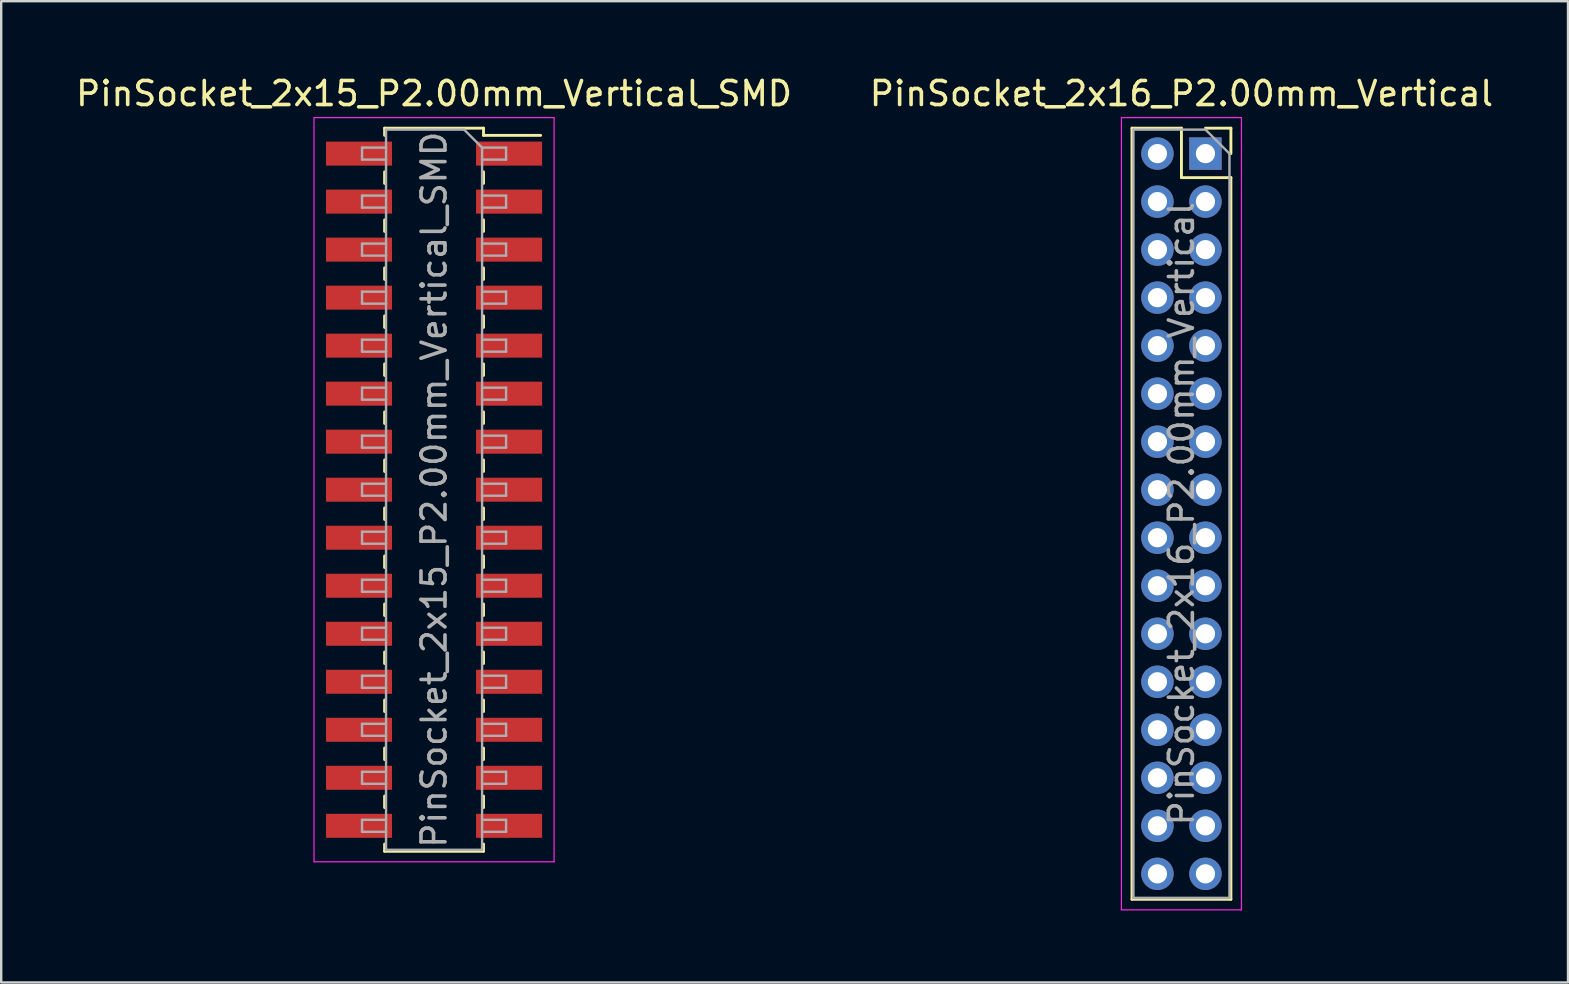
<source format=kicad_pcb>
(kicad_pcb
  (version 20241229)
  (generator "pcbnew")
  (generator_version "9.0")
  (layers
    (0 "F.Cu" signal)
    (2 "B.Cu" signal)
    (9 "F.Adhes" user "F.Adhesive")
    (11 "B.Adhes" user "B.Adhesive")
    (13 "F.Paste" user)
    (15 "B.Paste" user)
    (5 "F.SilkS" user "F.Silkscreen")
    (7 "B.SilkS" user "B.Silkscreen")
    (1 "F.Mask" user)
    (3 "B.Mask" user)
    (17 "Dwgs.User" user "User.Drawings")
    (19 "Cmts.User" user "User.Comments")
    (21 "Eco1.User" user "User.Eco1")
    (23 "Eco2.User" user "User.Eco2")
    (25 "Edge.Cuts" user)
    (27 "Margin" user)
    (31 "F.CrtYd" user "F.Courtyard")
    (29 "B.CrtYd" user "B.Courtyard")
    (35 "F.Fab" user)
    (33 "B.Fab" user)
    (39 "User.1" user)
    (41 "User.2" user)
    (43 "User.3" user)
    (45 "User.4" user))
  (footprint "PinSocket_2x15_P2.00mm_Vertical_SMD"
    (layer "F.Cu")
    (at 15.03 17.348)
    (property "Reference" "PinSocket_2x15_P2.00mm_Vertical_SMD" (at 0 -16.5 0) (layer "F.SilkS") (effects (font (size 1 1) (thickness 0.15))))
    (attr smd)
    (fp_line (start -2.06 -15.06) (end -2.06 -14.76) (stroke (width 0.12) (type solid)) (layer "F.SilkS"))
    (fp_line (start -2.06 -15.06) (end 2.06 -15.06) (stroke (width 0.12) (type solid)) (layer "F.SilkS"))
    (fp_line (start -2.06 -13.24) (end -2.06 -12.76) (stroke (width 0.12) (type solid)) (layer "F.SilkS"))
    (fp_line (start -2.06 -11.24) (end -2.06 -10.76) (stroke (width 0.12) (type solid)) (layer "F.SilkS"))
    (fp_line (start -2.06 -9.24) (end -2.06 -8.76) (stroke (width 0.12) (type solid)) (layer "F.SilkS"))
    (fp_line (start -2.06 -7.24) (end -2.06 -6.76) (stroke (width 0.12) (type solid)) (layer "F.SilkS"))
    (fp_line (start -2.06 -5.24) (end -2.06 -4.76) (stroke (width 0.12) (type solid)) (layer "F.SilkS"))
    (fp_line (start -2.06 -3.24) (end -2.06 -2.76) (stroke (width 0.12) (type solid)) (layer "F.SilkS"))
    (fp_line (start -2.06 -1.24) (end -2.06 -0.76) (stroke (width 0.12) (type solid)) (layer "F.SilkS"))
    (fp_line (start -2.06 0.76) (end -2.06 1.24) (stroke (width 0.12) (type solid)) (layer "F.SilkS"))
    (fp_line (start -2.06 2.76) (end -2.06 3.24) (stroke (width 0.12) (type solid)) (layer "F.SilkS"))
    (fp_line (start -2.06 4.76) (end -2.06 5.24) (stroke (width 0.12) (type solid)) (layer "F.SilkS"))
    (fp_line (start -2.06 6.76) (end -2.06 7.24) (stroke (width 0.12) (type solid)) (layer "F.SilkS"))
    (fp_line (start -2.06 8.76) (end -2.06 9.24) (stroke (width 0.12) (type solid)) (layer "F.SilkS"))
    (fp_line (start -2.06 10.76) (end -2.06 11.24) (stroke (width 0.12) (type solid)) (layer "F.SilkS"))
    (fp_line (start -2.06 12.76) (end -2.06 13.24) (stroke (width 0.12) (type solid)) (layer "F.SilkS"))
    (fp_line (start -2.06 14.76) (end -2.06 15.06) (stroke (width 0.12) (type solid)) (layer "F.SilkS"))
    (fp_line (start -2.06 15.06) (end 2.06 15.06) (stroke (width 0.12) (type solid)) (layer "F.SilkS"))
    (fp_line (start 2.06 -15.06) (end 2.06 -14.76) (stroke (width 0.12) (type solid)) (layer "F.SilkS"))
    (fp_line (start 2.06 -14.76) (end 4.44 -14.76) (stroke (width 0.12) (type solid)) (layer "F.SilkS"))
    (fp_line (start 2.06 -13.24) (end 2.06 -12.76) (stroke (width 0.12) (type solid)) (layer "F.SilkS"))
    (fp_line (start 2.06 -11.24) (end 2.06 -10.76) (stroke (width 0.12) (type solid)) (layer "F.SilkS"))
    (fp_line (start 2.06 -9.24) (end 2.06 -8.76) (stroke (width 0.12) (type solid)) (layer "F.SilkS"))
    (fp_line (start 2.06 -7.24) (end 2.06 -6.76) (stroke (width 0.12) (type solid)) (layer "F.SilkS"))
    (fp_line (start 2.06 -5.24) (end 2.06 -4.76) (stroke (width 0.12) (type solid)) (layer "F.SilkS"))
    (fp_line (start 2.06 -3.24) (end 2.06 -2.76) (stroke (width 0.12) (type solid)) (layer "F.SilkS"))
    (fp_line (start 2.06 -1.24) (end 2.06 -0.76) (stroke (width 0.12) (type solid)) (layer "F.SilkS"))
    (fp_line (start 2.06 0.76) (end 2.06 1.24) (stroke (width 0.12) (type solid)) (layer "F.SilkS"))
    (fp_line (start 2.06 2.76) (end 2.06 3.24) (stroke (width 0.12) (type solid)) (layer "F.SilkS"))
    (fp_line (start 2.06 4.76) (end 2.06 5.24) (stroke (width 0.12) (type solid)) (layer "F.SilkS"))
    (fp_line (start 2.06 6.76) (end 2.06 7.24) (stroke (width 0.12) (type solid)) (layer "F.SilkS"))
    (fp_line (start 2.06 8.76) (end 2.06 9.24) (stroke (width 0.12) (type solid)) (layer "F.SilkS"))
    (fp_line (start 2.06 10.76) (end 2.06 11.24) (stroke (width 0.12) (type solid)) (layer "F.SilkS"))
    (fp_line (start 2.06 12.76) (end 2.06 13.24) (stroke (width 0.12) (type solid)) (layer "F.SilkS"))
    (fp_line (start 2.06 14.76) (end 2.06 15.06) (stroke (width 0.12) (type solid)) (layer "F.SilkS"))
    (fp_line (start -5 -15.5) (end 5 -15.5) (stroke (width 0.05) (type solid)) (layer "F.CrtYd"))
    (fp_line (start -5 15.5) (end -5 -15.5) (stroke (width 0.05) (type solid)) (layer "F.CrtYd"))
    (fp_line (start 5 -15.5) (end 5 15.5) (stroke (width 0.05) (type solid)) (layer "F.CrtYd"))
    (fp_line (start 5 15.5) (end -5 15.5) (stroke (width 0.05) (type solid)) (layer "F.CrtYd"))
    (fp_line (start -3 -14.25) (end -2 -14.25) (stroke (width 0.1) (type solid)) (layer "F.Fab"))
    (fp_line (start -3 -13.75) (end -3 -14.25) (stroke (width 0.1) (type solid)) (layer "F.Fab"))
    (fp_line (start -3 -12.25) (end -2 -12.25) (stroke (width 0.1) (type solid)) (layer "F.Fab"))
    (fp_line (start -3 -11.75) (end -3 -12.25) (stroke (width 0.1) (type solid)) (layer "F.Fab"))
    (fp_line (start -3 -10.25) (end -2 -10.25) (stroke (width 0.1) (type solid)) (layer "F.Fab"))
    (fp_line (start -3 -9.75) (end -3 -10.25) (stroke (width 0.1) (type solid)) (layer "F.Fab"))
    (fp_line (start -3 -8.25) (end -2 -8.25) (stroke (width 0.1) (type solid)) (layer "F.Fab"))
    (fp_line (start -3 -7.75) (end -3 -8.25) (stroke (width 0.1) (type solid)) (layer "F.Fab"))
    (fp_line (start -3 -6.25) (end -2 -6.25) (stroke (width 0.1) (type solid)) (layer "F.Fab"))
    (fp_line (start -3 -5.75) (end -3 -6.25) (stroke (width 0.1) (type solid)) (layer "F.Fab"))
    (fp_line (start -3 -4.25) (end -2 -4.25) (stroke (width 0.1) (type solid)) (layer "F.Fab"))
    (fp_line (start -3 -3.75) (end -3 -4.25) (stroke (width 0.1) (type solid)) (layer "F.Fab"))
    (fp_line (start -3 -2.25) (end -2 -2.25) (stroke (width 0.1) (type solid)) (layer "F.Fab"))
    (fp_line (start -3 -1.75) (end -3 -2.25) (stroke (width 0.1) (type solid)) (layer "F.Fab"))
    (fp_line (start -3 -0.25) (end -2 -0.25) (stroke (width 0.1) (type solid)) (layer "F.Fab"))
    (fp_line (start -3 0.25) (end -3 -0.25) (stroke (width 0.1) (type solid)) (layer "F.Fab"))
    (fp_line (start -3 1.75) (end -2 1.75) (stroke (width 0.1) (type solid)) (layer "F.Fab"))
    (fp_line (start -3 2.25) (end -3 1.75) (stroke (width 0.1) (type solid)) (layer "F.Fab"))
    (fp_line (start -3 3.75) (end -2 3.75) (stroke (width 0.1) (type solid)) (layer "F.Fab"))
    (fp_line (start -3 4.25) (end -3 3.75) (stroke (width 0.1) (type solid)) (layer "F.Fab"))
    (fp_line (start -3 5.75) (end -2 5.75) (stroke (width 0.1) (type solid)) (layer "F.Fab"))
    (fp_line (start -3 6.25) (end -3 5.75) (stroke (width 0.1) (type solid)) (layer "F.Fab"))
    (fp_line (start -3 7.75) (end -2 7.75) (stroke (width 0.1) (type solid)) (layer "F.Fab"))
    (fp_line (start -3 8.25) (end -3 7.75) (stroke (width 0.1) (type solid)) (layer "F.Fab"))
    (fp_line (start -3 9.75) (end -2 9.75) (stroke (width 0.1) (type solid)) (layer "F.Fab"))
    (fp_line (start -3 10.25) (end -3 9.75) (stroke (width 0.1) (type solid)) (layer "F.Fab"))
    (fp_line (start -3 11.75) (end -2 11.75) (stroke (width 0.1) (type solid)) (layer "F.Fab"))
    (fp_line (start -3 12.25) (end -3 11.75) (stroke (width 0.1) (type solid)) (layer "F.Fab"))
    (fp_line (start -3 13.75) (end -2 13.75) (stroke (width 0.1) (type solid)) (layer "F.Fab"))
    (fp_line (start -3 14.25) (end -3 13.75) (stroke (width 0.1) (type solid)) (layer "F.Fab"))
    (fp_line (start -2 -15) (end 1.25 -15) (stroke (width 0.1) (type solid)) (layer "F.Fab"))
    (fp_line (start -2 -13.75) (end -3 -13.75) (stroke (width 0.1) (type solid)) (layer "F.Fab"))
    (fp_line (start -2 -11.75) (end -3 -11.75) (stroke (width 0.1) (type solid)) (layer "F.Fab"))
    (fp_line (start -2 -9.75) (end -3 -9.75) (stroke (width 0.1) (type solid)) (layer "F.Fab"))
    (fp_line (start -2 -7.75) (end -3 -7.75) (stroke (width 0.1) (type solid)) (layer "F.Fab"))
    (fp_line (start -2 -5.75) (end -3 -5.75) (stroke (width 0.1) (type solid)) (layer "F.Fab"))
    (fp_line (start -2 -3.75) (end -3 -3.75) (stroke (width 0.1) (type solid)) (layer "F.Fab"))
    (fp_line (start -2 -1.75) (end -3 -1.75) (stroke (width 0.1) (type solid)) (layer "F.Fab"))
    (fp_line (start -2 0.25) (end -3 0.25) (stroke (width 0.1) (type solid)) (layer "F.Fab"))
    (fp_line (start -2 2.25) (end -3 2.25) (stroke (width 0.1) (type solid)) (layer "F.Fab"))
    (fp_line (start -2 4.25) (end -3 4.25) (stroke (width 0.1) (type solid)) (layer "F.Fab"))
    (fp_line (start -2 6.25) (end -3 6.25) (stroke (width 0.1) (type solid)) (layer "F.Fab"))
    (fp_line (start -2 8.25) (end -3 8.25) (stroke (width 0.1) (type solid)) (layer "F.Fab"))
    (fp_line (start -2 10.25) (end -3 10.25) (stroke (width 0.1) (type solid)) (layer "F.Fab"))
    (fp_line (start -2 12.25) (end -3 12.25) (stroke (width 0.1) (type solid)) (layer "F.Fab"))
    (fp_line (start -2 14.25) (end -3 14.25) (stroke (width 0.1) (type solid)) (layer "F.Fab"))
    (fp_line (start -2 15) (end -2 -15) (stroke (width 0.1) (type solid)) (layer "F.Fab"))
    (fp_line (start 1.25 -15) (end 2 -14.25) (stroke (width 0.1) (type solid)) (layer "F.Fab"))
    (fp_line (start 2 -14.25) (end 2 15) (stroke (width 0.1) (type solid)) (layer "F.Fab"))
    (fp_line (start 2 -14.25) (end 3 -14.25) (stroke (width 0.1) (type solid)) (layer "F.Fab"))
    (fp_line (start 2 -12.25) (end 3 -12.25) (stroke (width 0.1) (type solid)) (layer "F.Fab"))
    (fp_line (start 2 -10.25) (end 3 -10.25) (stroke (width 0.1) (type solid)) (layer "F.Fab"))
    (fp_line (start 2 -8.25) (end 3 -8.25) (stroke (width 0.1) (type solid)) (layer "F.Fab"))
    (fp_line (start 2 -6.25) (end 3 -6.25) (stroke (width 0.1) (type solid)) (layer "F.Fab"))
    (fp_line (start 2 -4.25) (end 3 -4.25) (stroke (width 0.1) (type solid)) (layer "F.Fab"))
    (fp_line (start 2 -2.25) (end 3 -2.25) (stroke (width 0.1) (type solid)) (layer "F.Fab"))
    (fp_line (start 2 -0.25) (end 3 -0.25) (stroke (width 0.1) (type solid)) (layer "F.Fab"))
    (fp_line (start 2 1.75) (end 3 1.75) (stroke (width 0.1) (type solid)) (layer "F.Fab"))
    (fp_line (start 2 3.75) (end 3 3.75) (stroke (width 0.1) (type solid)) (layer "F.Fab"))
    (fp_line (start 2 5.75) (end 3 5.75) (stroke (width 0.1) (type solid)) (layer "F.Fab"))
    (fp_line (start 2 7.75) (end 3 7.75) (stroke (width 0.1) (type solid)) (layer "F.Fab"))
    (fp_line (start 2 9.75) (end 3 9.75) (stroke (width 0.1) (type solid)) (layer "F.Fab"))
    (fp_line (start 2 11.75) (end 3 11.75) (stroke (width 0.1) (type solid)) (layer "F.Fab"))
    (fp_line (start 2 13.75) (end 3 13.75) (stroke (width 0.1) (type solid)) (layer "F.Fab"))
    (fp_line (start 2 15) (end -2 15) (stroke (width 0.1) (type solid)) (layer "F.Fab"))
    (fp_line (start 3 -14.25) (end 3 -13.75) (stroke (width 0.1) (type solid)) (layer "F.Fab"))
    (fp_line (start 3 -13.75) (end 2 -13.75) (stroke (width 0.1) (type solid)) (layer "F.Fab"))
    (fp_line (start 3 -12.25) (end 3 -11.75) (stroke (width 0.1) (type solid)) (layer "F.Fab"))
    (fp_line (start 3 -11.75) (end 2 -11.75) (stroke (width 0.1) (type solid)) (layer "F.Fab"))
    (fp_line (start 3 -10.25) (end 3 -9.75) (stroke (width 0.1) (type solid)) (layer "F.Fab"))
    (fp_line (start 3 -9.75) (end 2 -9.75) (stroke (width 0.1) (type solid)) (layer "F.Fab"))
    (fp_line (start 3 -8.25) (end 3 -7.75) (stroke (width 0.1) (type solid)) (layer "F.Fab"))
    (fp_line (start 3 -7.75) (end 2 -7.75) (stroke (width 0.1) (type solid)) (layer "F.Fab"))
    (fp_line (start 3 -6.25) (end 3 -5.75) (stroke (width 0.1) (type solid)) (layer "F.Fab"))
    (fp_line (start 3 -5.75) (end 2 -5.75) (stroke (width 0.1) (type solid)) (layer "F.Fab"))
    (fp_line (start 3 -4.25) (end 3 -3.75) (stroke (width 0.1) (type solid)) (layer "F.Fab"))
    (fp_line (start 3 -3.75) (end 2 -3.75) (stroke (width 0.1) (type solid)) (layer "F.Fab"))
    (fp_line (start 3 -2.25) (end 3 -1.75) (stroke (width 0.1) (type solid)) (layer "F.Fab"))
    (fp_line (start 3 -1.75) (end 2 -1.75) (stroke (width 0.1) (type solid)) (layer "F.Fab"))
    (fp_line (start 3 -0.25) (end 3 0.25) (stroke (width 0.1) (type solid)) (layer "F.Fab"))
    (fp_line (start 3 0.25) (end 2 0.25) (stroke (width 0.1) (type solid)) (layer "F.Fab"))
    (fp_line (start 3 1.75) (end 3 2.25) (stroke (width 0.1) (type solid)) (layer "F.Fab"))
    (fp_line (start 3 2.25) (end 2 2.25) (stroke (width 0.1) (type solid)) (layer "F.Fab"))
    (fp_line (start 3 3.75) (end 3 4.25) (stroke (width 0.1) (type solid)) (layer "F.Fab"))
    (fp_line (start 3 4.25) (end 2 4.25) (stroke (width 0.1) (type solid)) (layer "F.Fab"))
    (fp_line (start 3 5.75) (end 3 6.25) (stroke (width 0.1) (type solid)) (layer "F.Fab"))
    (fp_line (start 3 6.25) (end 2 6.25) (stroke (width 0.1) (type solid)) (layer "F.Fab"))
    (fp_line (start 3 7.75) (end 3 8.25) (stroke (width 0.1) (type solid)) (layer "F.Fab"))
    (fp_line (start 3 8.25) (end 2 8.25) (stroke (width 0.1) (type solid)) (layer "F.Fab"))
    (fp_line (start 3 9.75) (end 3 10.25) (stroke (width 0.1) (type solid)) (layer "F.Fab"))
    (fp_line (start 3 10.25) (end 2 10.25) (stroke (width 0.1) (type solid)) (layer "F.Fab"))
    (fp_line (start 3 11.75) (end 3 12.25) (stroke (width 0.1) (type solid)) (layer "F.Fab"))
    (fp_line (start 3 12.25) (end 2 12.25) (stroke (width 0.1) (type solid)) (layer "F.Fab"))
    (fp_line (start 3 13.75) (end 3 14.25) (stroke (width 0.1) (type solid)) (layer "F.Fab"))
    (fp_line (start 3 14.25) (end 2 14.25) (stroke (width 0.1) (type solid)) (layer "F.Fab"))
    (fp_text user "${REFERENCE}" (at 0 0 90) (layer "F.Fab") (effects (font (size 1 1) (thickness 0.15))))
    (pad "1" smd rect (at 3.125 -14) (size 2.75 1) (layers "F.Cu" "F.Mask" "F.Paste"))
    (pad "2" smd rect (at -3.125 -14) (size 2.75 1) (layers "F.Cu" "F.Mask" "F.Paste"))
    (pad "3" smd rect (at 3.125 -12) (size 2.75 1) (layers "F.Cu" "F.Mask" "F.Paste"))
    (pad "4" smd rect (at -3.125 -12) (size 2.75 1) (layers "F.Cu" "F.Mask" "F.Paste"))
    (pad "5" smd rect (at 3.125 -10) (size 2.75 1) (layers "F.Cu" "F.Mask" "F.Paste"))
    (pad "6" smd rect (at -3.125 -10) (size 2.75 1) (layers "F.Cu" "F.Mask" "F.Paste"))
    (pad "7" smd rect (at 3.125 -8) (size 2.75 1) (layers "F.Cu" "F.Mask" "F.Paste"))
    (pad "8" smd rect (at -3.125 -8) (size 2.75 1) (layers "F.Cu" "F.Mask" "F.Paste"))
    (pad "9" smd rect (at 3.125 -6) (size 2.75 1) (layers "F.Cu" "F.Mask" "F.Paste"))
    (pad "10" smd rect (at -3.125 -6) (size 2.75 1) (layers "F.Cu" "F.Mask" "F.Paste"))
    (pad "11" smd rect (at 3.125 -4) (size 2.75 1) (layers "F.Cu" "F.Mask" "F.Paste"))
    (pad "12" smd rect (at -3.125 -4) (size 2.75 1) (layers "F.Cu" "F.Mask" "F.Paste"))
    (pad "13" smd rect (at 3.125 -2) (size 2.75 1) (layers "F.Cu" "F.Mask" "F.Paste"))
    (pad "14" smd rect (at -3.125 -2) (size 2.75 1) (layers "F.Cu" "F.Mask" "F.Paste"))
    (pad "15" smd rect (at 3.125 0) (size 2.75 1) (layers "F.Cu" "F.Mask" "F.Paste"))
    (pad "16" smd rect (at -3.125 0) (size 2.75 1) (layers "F.Cu" "F.Mask" "F.Paste"))
    (pad "17" smd rect (at 3.125 2) (size 2.75 1) (layers "F.Cu" "F.Mask" "F.Paste"))
    (pad "18" smd rect (at -3.125 2) (size 2.75 1) (layers "F.Cu" "F.Mask" "F.Paste"))
    (pad "19" smd rect (at 3.125 4) (size 2.75 1) (layers "F.Cu" "F.Mask" "F.Paste"))
    (pad "20" smd rect (at -3.125 4) (size 2.75 1) (layers "F.Cu" "F.Mask" "F.Paste"))
    (pad "21" smd rect (at 3.125 6) (size 2.75 1) (layers "F.Cu" "F.Mask" "F.Paste"))
    (pad "22" smd rect (at -3.125 6) (size 2.75 1) (layers "F.Cu" "F.Mask" "F.Paste"))
    (pad "23" smd rect (at 3.125 8) (size 2.75 1) (layers "F.Cu" "F.Mask" "F.Paste"))
    (pad "24" smd rect (at -3.125 8) (size 2.75 1) (layers "F.Cu" "F.Mask" "F.Paste"))
    (pad "25" smd rect (at 3.125 10) (size 2.75 1) (layers "F.Cu" "F.Mask" "F.Paste"))
    (pad "26" smd rect (at -3.125 10) (size 2.75 1) (layers "F.Cu" "F.Mask" "F.Paste"))
    (pad "27" smd rect (at 3.125 12) (size 2.75 1) (layers "F.Cu" "F.Mask" "F.Paste"))
    (pad "28" smd rect (at -3.125 12) (size 2.75 1) (layers "F.Cu" "F.Mask" "F.Paste"))
    (pad "29" smd rect (at 3.125 14) (size 2.75 1) (layers "F.Cu" "F.Mask" "F.Paste"))
    (pad "30" smd rect (at -3.125 14) (size 2.75 1) (layers "F.Cu" "F.Mask" "F.Paste")))
  (footprint "PinSocket_2x16_P2.00mm_Vertical"
    (layer "F.Cu")
    (at 47.161 3.348)
    (property "Reference" "PinSocket_2x16_P2.00mm_Vertical" (at -1 -2.5 0) (layer "F.SilkS") (effects (font (size 1 1) (thickness 0.15))))
    (attr through_hole)
    (fp_line (start -3.06 -1.06) (end -3.06 31.06) (stroke (width 0.12) (type solid)) (layer "F.SilkS"))
    (fp_line (start -3.06 -1.06) (end -1 -1.06) (stroke (width 0.12) (type solid)) (layer "F.SilkS"))
    (fp_line (start -3.06 31.06) (end 1.06 31.06) (stroke (width 0.12) (type solid)) (layer "F.SilkS"))
    (fp_line (start -1 -1.06) (end -1 1) (stroke (width 0.12) (type solid)) (layer "F.SilkS"))
    (fp_line (start -1 1) (end 1.06 1) (stroke (width 0.12) (type solid)) (layer "F.SilkS"))
    (fp_line (start 0 -1.06) (end 1.06 -1.06) (stroke (width 0.12) (type solid)) (layer "F.SilkS"))
    (fp_line (start 1.06 -1.06) (end 1.06 0) (stroke (width 0.12) (type solid)) (layer "F.SilkS"))
    (fp_line (start 1.06 1) (end 1.06 31.06) (stroke (width 0.12) (type solid)) (layer "F.SilkS"))
    (fp_line (start -3.5 -1.5) (end 1.5 -1.5) (stroke (width 0.05) (type solid)) (layer "F.CrtYd"))
    (fp_line (start -3.5 31.5) (end -3.5 -1.5) (stroke (width 0.05) (type solid)) (layer "F.CrtYd"))
    (fp_line (start 1.5 -1.5) (end 1.5 31.5) (stroke (width 0.05) (type solid)) (layer "F.CrtYd"))
    (fp_line (start 1.5 31.5) (end -3.5 31.5) (stroke (width 0.05) (type solid)) (layer "F.CrtYd"))
    (fp_line (start -3 -1) (end 0 -1) (stroke (width 0.1) (type solid)) (layer "F.Fab"))
    (fp_line (start -3 31) (end -3 -1) (stroke (width 0.1) (type solid)) (layer "F.Fab"))
    (fp_line (start 0 -1) (end 1 0) (stroke (width 0.1) (type solid)) (layer "F.Fab"))
    (fp_line (start 1 0) (end 1 31) (stroke (width 0.1) (type solid)) (layer "F.Fab"))
    (fp_line (start 1 31) (end -3 31) (stroke (width 0.1) (type solid)) (layer "F.Fab"))
    (fp_text user "${REFERENCE}" (at -1 15 90) (layer "F.Fab") (effects (font (size 1 1) (thickness 0.15))))
    (pad "1" thru_hole rect (at 0 0) (size 1.35 1.35) (drill 0.8) (layers "*.Cu" "*.Mask"))
    (pad "2" thru_hole oval (at -2 0) (size 1.35 1.35) (drill 0.8) (layers "*.Cu" "*.Mask"))
    (pad "3" thru_hole oval (at 0 2) (size 1.35 1.35) (drill 0.8) (layers "*.Cu" "*.Mask"))
    (pad "4" thru_hole oval (at -2 2) (size 1.35 1.35) (drill 0.8) (layers "*.Cu" "*.Mask"))
    (pad "5" thru_hole oval (at 0 4) (size 1.35 1.35) (drill 0.8) (layers "*.Cu" "*.Mask"))
    (pad "6" thru_hole oval (at -2 4) (size 1.35 1.35) (drill 0.8) (layers "*.Cu" "*.Mask"))
    (pad "7" thru_hole oval (at 0 6) (size 1.35 1.35) (drill 0.8) (layers "*.Cu" "*.Mask"))
    (pad "8" thru_hole oval (at -2 6) (size 1.35 1.35) (drill 0.8) (layers "*.Cu" "*.Mask"))
    (pad "9" thru_hole oval (at 0 8) (size 1.35 1.35) (drill 0.8) (layers "*.Cu" "*.Mask"))
    (pad "10" thru_hole oval (at -2 8) (size 1.35 1.35) (drill 0.8) (layers "*.Cu" "*.Mask"))
    (pad "11" thru_hole oval (at 0 10) (size 1.35 1.35) (drill 0.8) (layers "*.Cu" "*.Mask"))
    (pad "12" thru_hole oval (at -2 10) (size 1.35 1.35) (drill 0.8) (layers "*.Cu" "*.Mask"))
    (pad "13" thru_hole oval (at 0 12) (size 1.35 1.35) (drill 0.8) (layers "*.Cu" "*.Mask"))
    (pad "14" thru_hole oval (at -2 12) (size 1.35 1.35) (drill 0.8) (layers "*.Cu" "*.Mask"))
    (pad "15" thru_hole oval (at 0 14) (size 1.35 1.35) (drill 0.8) (layers "*.Cu" "*.Mask"))
    (pad "16" thru_hole oval (at -2 14) (size 1.35 1.35) (drill 0.8) (layers "*.Cu" "*.Mask"))
    (pad "17" thru_hole oval (at 0 16) (size 1.35 1.35) (drill 0.8) (layers "*.Cu" "*.Mask"))
    (pad "18" thru_hole oval (at -2 16) (size 1.35 1.35) (drill 0.8) (layers "*.Cu" "*.Mask"))
    (pad "19" thru_hole oval (at 0 18) (size 1.35 1.35) (drill 0.8) (layers "*.Cu" "*.Mask"))
    (pad "20" thru_hole oval (at -2 18) (size 1.35 1.35) (drill 0.8) (layers "*.Cu" "*.Mask"))
    (pad "21" thru_hole oval (at 0 20) (size 1.35 1.35) (drill 0.8) (layers "*.Cu" "*.Mask"))
    (pad "22" thru_hole oval (at -2 20) (size 1.35 1.35) (drill 0.8) (layers "*.Cu" "*.Mask"))
    (pad "23" thru_hole oval (at 0 22) (size 1.35 1.35) (drill 0.8) (layers "*.Cu" "*.Mask"))
    (pad "24" thru_hole oval (at -2 22) (size 1.35 1.35) (drill 0.8) (layers "*.Cu" "*.Mask"))
    (pad "25" thru_hole oval (at 0 24) (size 1.35 1.35) (drill 0.8) (layers "*.Cu" "*.Mask"))
    (pad "26" thru_hole oval (at -2 24) (size 1.35 1.35) (drill 0.8) (layers "*.Cu" "*.Mask"))
    (pad "27" thru_hole oval (at 0 26) (size 1.35 1.35) (drill 0.8) (layers "*.Cu" "*.Mask"))
    (pad "28" thru_hole oval (at -2 26) (size 1.35 1.35) (drill 0.8) (layers "*.Cu" "*.Mask"))
    (pad "29" thru_hole oval (at 0 28) (size 1.35 1.35) (drill 0.8) (layers "*.Cu" "*.Mask"))
    (pad "30" thru_hole oval (at -2 28) (size 1.35 1.35) (drill 0.8) (layers "*.Cu" "*.Mask"))
    (pad "31" thru_hole oval (at 0 30) (size 1.35 1.35) (drill 0.8) (layers "*.Cu" "*.Mask"))
    (pad "32" thru_hole oval (at -2 30) (size 1.35 1.35) (drill 0.8) (layers "*.Cu" "*.Mask")))
  (gr_rect
    (start -3 -3)
    (end 62.262 37.873)
    (stroke (width 0.1) (type default))
    (fill no)
    (layer "Edge.Cuts")))
</source>
